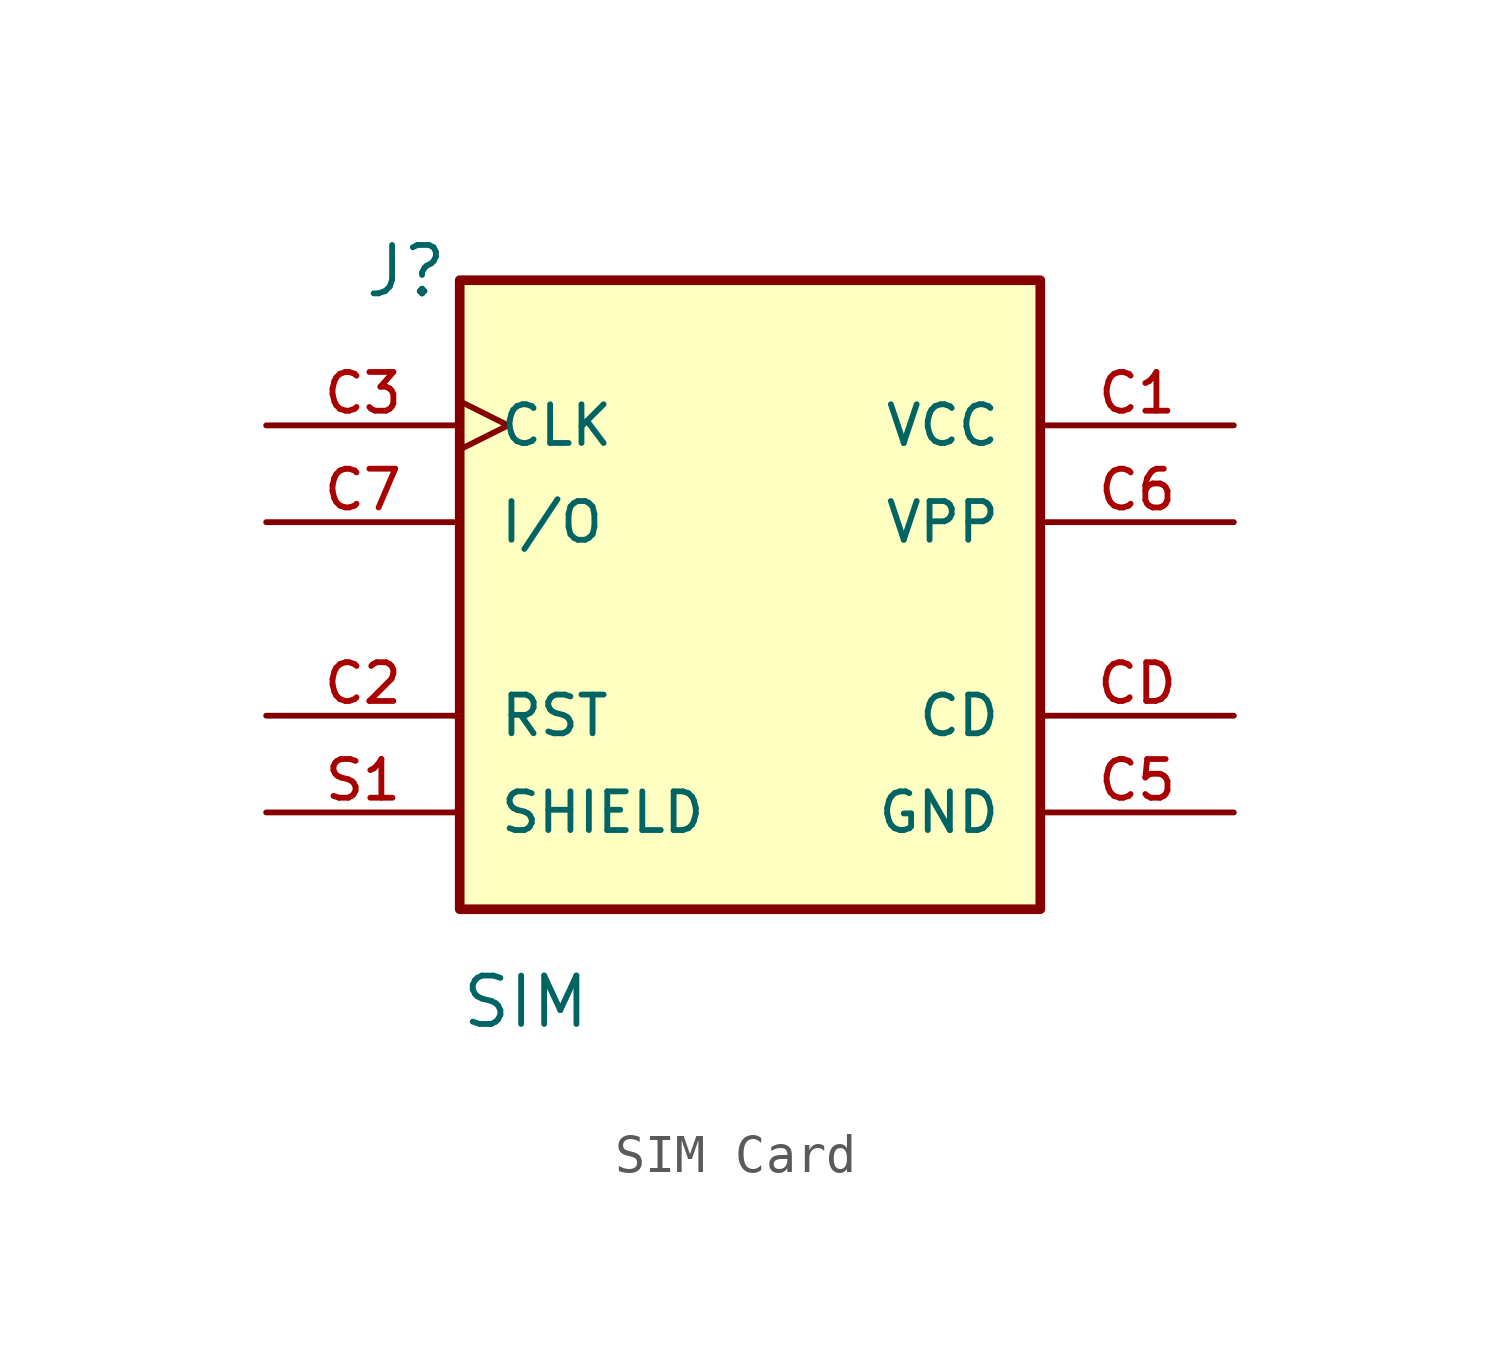
<source format=kicad_sym>
(kicad_symbol_lib
  (version 20220914)
  (generator kicad_symbol_editor)
  (symbol "SIM Card "
    (pin_names
      (offset 1.016))
    (property "Reference" "J"
      (at -10.16 8.382 0)
      (effects (font (size 1.27 1.27)) (justify left bottom)))
    (property "Value" "SIM"
      (at -7.62 -10.795 0)
      (effects (font (size 1.27 1.27)) (justify left bottom)))
    (symbol "SIM Card _0_0"
      (rectangle (start -7.62 8.89) (end 7.62 -7.62) (stroke (width 0.254) (type default)) (fill (type background)))
      (pin power_in line (at 12.7 5.08 180) (length 5.08) (name "VCC" (effects (font (size 1.016 1.016)))) (number "C1" (effects (font (size 1.016 1.016)))))
      (pin input line (at -12.7 -2.54 0) (length 5.08) (name "RST" (effects (font (size 1.016 1.016)))) (number "C2" (effects (font (size 1.016 1.016)))))
      (pin power_in line (at 12.7 -5.08 180) (length 5.08) (name "GND" (effects (font (size 1.016 1.016)))) (number "C5" (effects (font (size 1.016 1.016)))))
      (pin passive line (at 12.7 2.54 180) (length 5.08) (name "VPP" (effects (font (size 1.016 1.016)))) (number "C6" (effects (font (size 1.016 1.016)))))
      (pin bidirectional line (at -12.7 2.54 0) (length 5.08) (name "I/O" (effects (font (size 1.016 1.016)))) (number "C7" (effects (font (size 1.016 1.016)))))
      (pin passive line (at 12.7 -2.54 180) (length 5.08) (name "CD" (effects (font (size 1.016 1.016)))) (number "CD" (effects (font (size 1.016 1.016))))))
    (symbol "SIM Card _1_0"
      (pin input clock (at -12.7 5.08 0) (length 5.08) (name "CLK" (effects (font (size 1.016 1.016)))) (number "C3" (effects (font (size 1.016 1.016)))))
      (pin power_in line (at -12.7 -5.08 0) (length 5.08) (name "SHIELD" (effects (font (size 1.016 1.016)))) (number "S1" (effects (font (size 1.016 1.016)))))
      (pin passive line (at -12.7 -5.08 0) (length 5.08) hide (name "SHIELD" (effects (font (size 1.016 1.016)))) (number "S2" (effects (font (size 1.016 1.016)))))
      (pin passive line (at -12.7 -5.08 0) (length 5.08) hide (name "SHIELD" (effects (font (size 1.016 1.016)))) (number "S3" (effects (font (size 1.016 1.016)))))
      (pin passive line (at -12.7 -5.08 0) (length 5.08) hide (name "SHIELD" (effects (font (size 1.016 1.016)))) (number "S4" (effects (font (size 1.016 1.016))))))))
</source>
